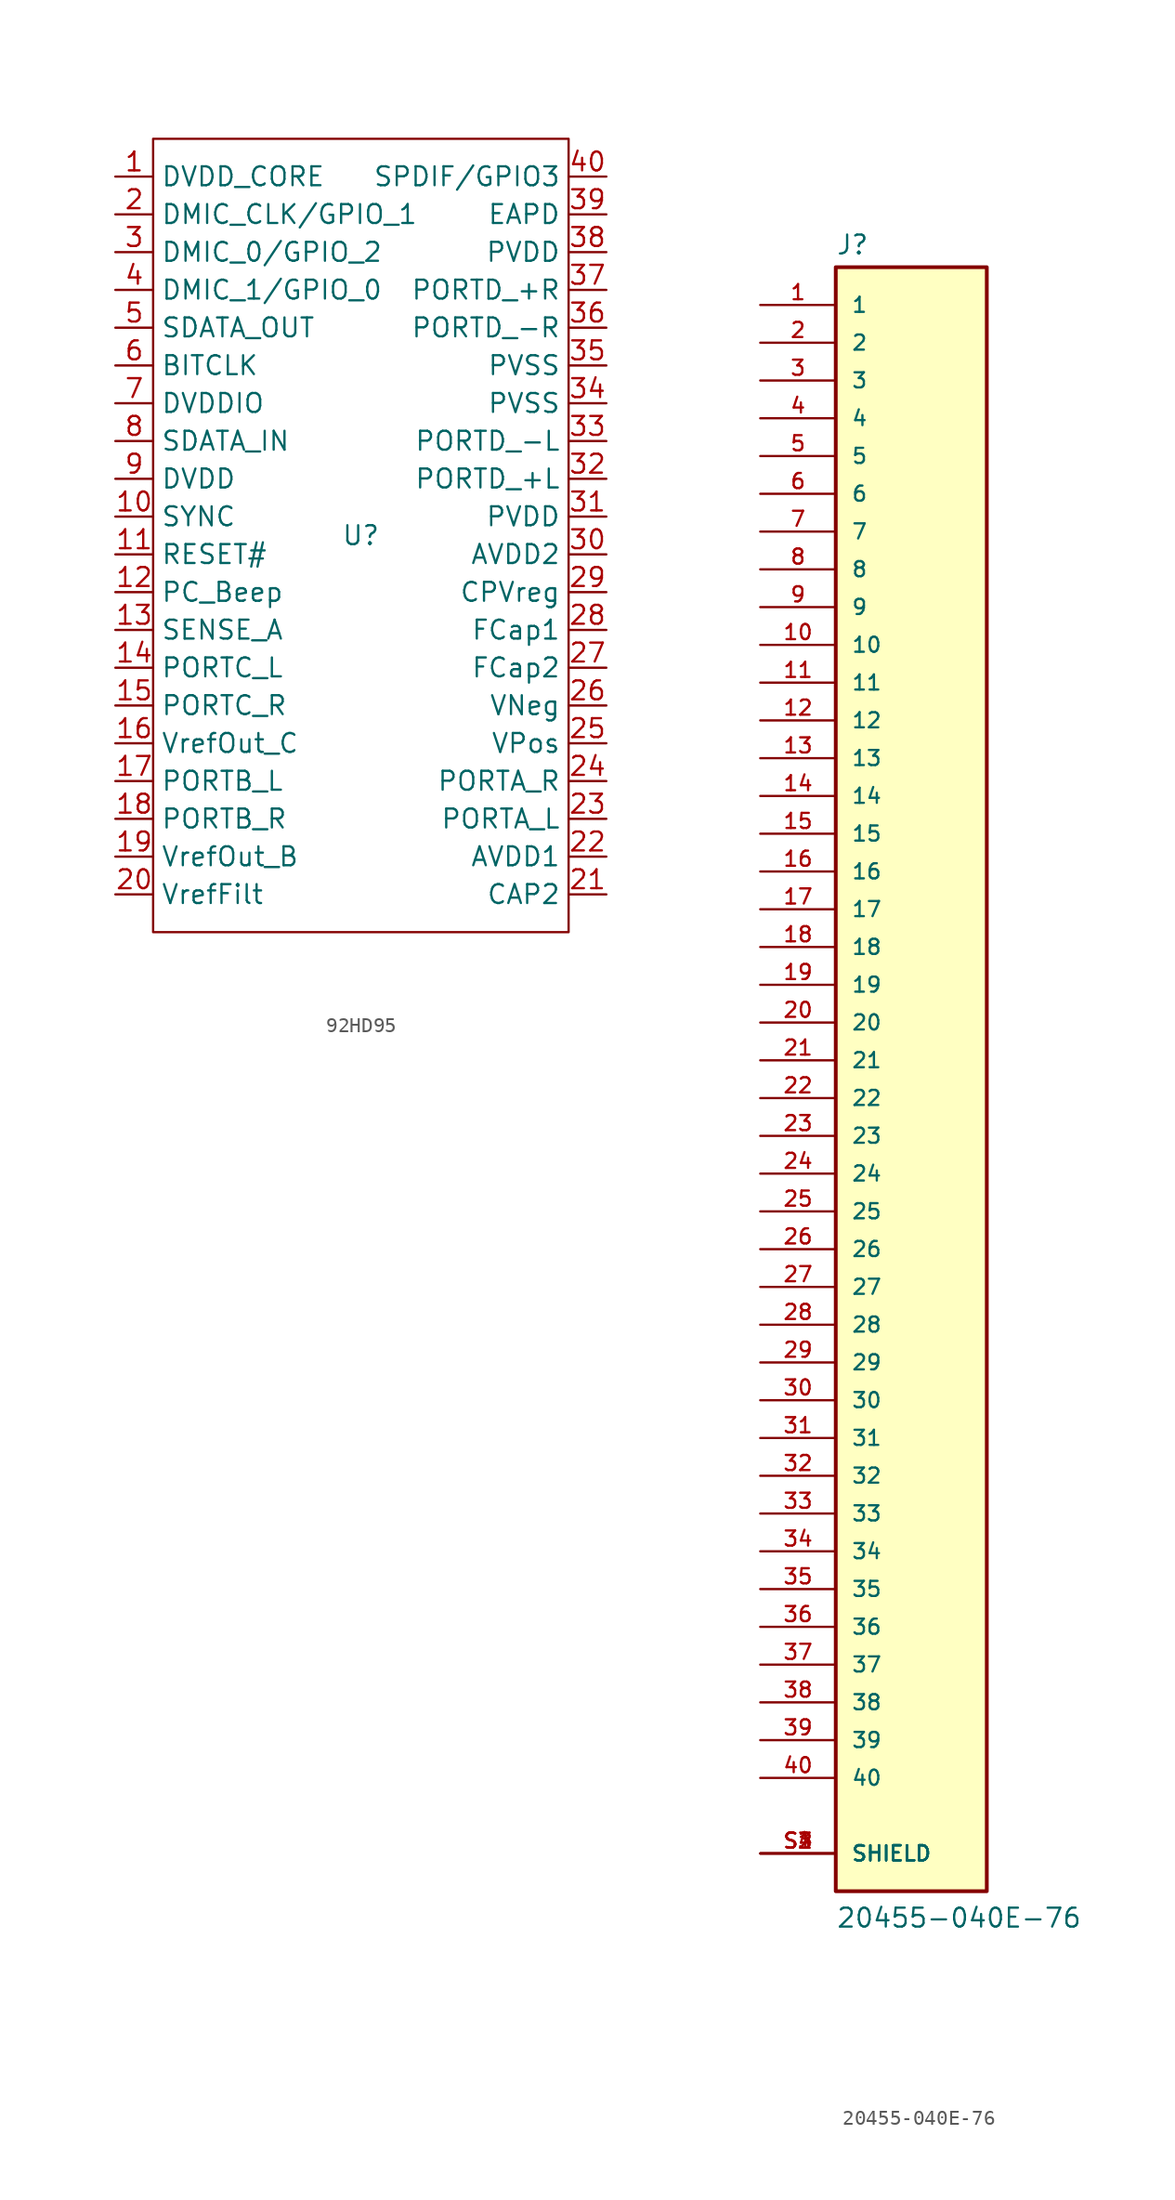
<source format=kicad_sym>
(kicad_symbol_lib
  (version 20231120)
  (generator "kicad_symbol_editor")
  (generator_version "8.0")
  (symbol "92HD95"
    (property "Reference" "U"
      (at 0 0 0)
      (effects (font (size 1.27 1.27))))
    (property "Value" ""
      (at -1.27 1.27 0)
      (effects (font (size 1.27 1.27))))
    (symbol "92HD95_0_1"
      (rectangle (start -13.97 26.67) (end 13.97 -26.67) (stroke (width 0) (type default)) (fill (type none))))
    (symbol "92HD95_1_1"
      (pin unspecified line (at -16.51 24.13 0) (length 2.54) (name "DVDD_CORE" (effects (font (size 1.27 1.27)))) (number "1" (effects (font (size 1.27 1.27)))))
      (pin unspecified line (at -16.51 1.27 0) (length 2.54) (name "SYNC" (effects (font (size 1.27 1.27)))) (number "10" (effects (font (size 1.27 1.27)))))
      (pin unspecified line (at -16.51 -1.27 0) (length 2.54) (name "RESET#" (effects (font (size 1.27 1.27)))) (number "11" (effects (font (size 1.27 1.27)))))
      (pin unspecified line (at -16.51 -3.81 0) (length 2.54) (name "PC_Beep" (effects (font (size 1.27 1.27)))) (number "12" (effects (font (size 1.27 1.27)))))
      (pin unspecified line (at -16.51 -6.35 0) (length 2.54) (name "SENSE_A" (effects (font (size 1.27 1.27)))) (number "13" (effects (font (size 1.27 1.27)))))
      (pin unspecified line (at -16.51 -8.89 0) (length 2.54) (name "PORTC_L" (effects (font (size 1.27 1.27)))) (number "14" (effects (font (size 1.27 1.27)))))
      (pin unspecified line (at -16.51 -11.43 0) (length 2.54) (name "PORTC_R" (effects (font (size 1.27 1.27)))) (number "15" (effects (font (size 1.27 1.27)))))
      (pin unspecified line (at -16.51 -13.97 0) (length 2.54) (name "VrefOut_C" (effects (font (size 1.27 1.27)))) (number "16" (effects (font (size 1.27 1.27)))))
      (pin unspecified line (at -16.51 -16.51 0) (length 2.54) (name "PORTB_L" (effects (font (size 1.27 1.27)))) (number "17" (effects (font (size 1.27 1.27)))))
      (pin unspecified line (at -16.51 -19.05 0) (length 2.54) (name "PORTB_R" (effects (font (size 1.27 1.27)))) (number "18" (effects (font (size 1.27 1.27)))))
      (pin unspecified line (at -16.51 -21.59 0) (length 2.54) (name "VrefOut_B" (effects (font (size 1.27 1.27)))) (number "19" (effects (font (size 1.27 1.27)))))
      (pin unspecified line (at -16.51 21.59 0) (length 2.54) (name "DMIC_CLK/GPIO_1" (effects (font (size 1.27 1.27)))) (number "2" (effects (font (size 1.27 1.27)))))
      (pin unspecified line (at -16.51 -24.13 0) (length 2.54) (name "VrefFilt" (effects (font (size 1.27 1.27)))) (number "20" (effects (font (size 1.27 1.27)))))
      (pin unspecified line (at 16.51 -24.13 180) (length 2.54) (name "CAP2" (effects (font (size 1.27 1.27)))) (number "21" (effects (font (size 1.27 1.27)))))
      (pin unspecified line (at 16.51 -21.59 180) (length 2.54) (name "AVDD1" (effects (font (size 1.27 1.27)))) (number "22" (effects (font (size 1.27 1.27)))))
      (pin unspecified line (at 16.51 -19.05 180) (length 2.54) (name "PORTA_L" (effects (font (size 1.27 1.27)))) (number "23" (effects (font (size 1.27 1.27)))))
      (pin unspecified line (at 16.51 -16.51 180) (length 2.54) (name "PORTA_R" (effects (font (size 1.27 1.27)))) (number "24" (effects (font (size 1.27 1.27)))))
      (pin unspecified line (at 16.51 -13.97 180) (length 2.54) (name "VPos" (effects (font (size 1.27 1.27)))) (number "25" (effects (font (size 1.27 1.27)))))
      (pin unspecified line (at 16.51 -11.43 180) (length 2.54) (name "VNeg" (effects (font (size 1.27 1.27)))) (number "26" (effects (font (size 1.27 1.27)))))
      (pin unspecified line (at 16.51 -8.89 180) (length 2.54) (name "FCap2" (effects (font (size 1.27 1.27)))) (number "27" (effects (font (size 1.27 1.27)))))
      (pin unspecified line (at 16.51 -6.35 180) (length 2.54) (name "FCap1" (effects (font (size 1.27 1.27)))) (number "28" (effects (font (size 1.27 1.27)))))
      (pin unspecified line (at 16.51 -3.81 180) (length 2.54) (name "CPVreg" (effects (font (size 1.27 1.27)))) (number "29" (effects (font (size 1.27 1.27)))))
      (pin unspecified line (at -16.51 19.05 0) (length 2.54) (name "DMIC_0/GPIO_2" (effects (font (size 1.27 1.27)))) (number "3" (effects (font (size 1.27 1.27)))))
      (pin unspecified line (at 16.51 -1.27 180) (length 2.54) (name "AVDD2" (effects (font (size 1.27 1.27)))) (number "30" (effects (font (size 1.27 1.27)))))
      (pin unspecified line (at 16.51 1.27 180) (length 2.54) (name "PVDD" (effects (font (size 1.27 1.27)))) (number "31" (effects (font (size 1.27 1.27)))))
      (pin unspecified line (at 16.51 3.81 180) (length 2.54) (name "PORTD_+L" (effects (font (size 1.27 1.27)))) (number "32" (effects (font (size 1.27 1.27)))))
      (pin unspecified line (at 16.51 6.35 180) (length 2.54) (name "PORTD_-L" (effects (font (size 1.27 1.27)))) (number "33" (effects (font (size 1.27 1.27)))))
      (pin unspecified line (at 16.51 8.89 180) (length 2.54) (name "PVSS" (effects (font (size 1.27 1.27)))) (number "34" (effects (font (size 1.27 1.27)))))
      (pin unspecified line (at 16.51 11.43 180) (length 2.54) (name "PVSS" (effects (font (size 1.27 1.27)))) (number "35" (effects (font (size 1.27 1.27)))))
      (pin unspecified line (at 16.51 13.97 180) (length 2.54) (name "PORTD_-R" (effects (font (size 1.27 1.27)))) (number "36" (effects (font (size 1.27 1.27)))))
      (pin unspecified line (at 16.51 16.51 180) (length 2.54) (name "PORTD_+R" (effects (font (size 1.27 1.27)))) (number "37" (effects (font (size 1.27 1.27)))))
      (pin unspecified line (at 16.51 19.05 180) (length 2.54) (name "PVDD" (effects (font (size 1.27 1.27)))) (number "38" (effects (font (size 1.27 1.27)))))
      (pin unspecified line (at 16.51 21.59 180) (length 2.54) (name "EAPD" (effects (font (size 1.27 1.27)))) (number "39" (effects (font (size 1.27 1.27)))))
      (pin unspecified line (at -16.51 16.51 0) (length 2.54) (name "DMIC_1/GPIO_0" (effects (font (size 1.27 1.27)))) (number "4" (effects (font (size 1.27 1.27)))))
      (pin unspecified line (at 16.51 24.13 180) (length 2.54) (name "SPDIF/GPIO3" (effects (font (size 1.27 1.27)))) (number "40" (effects (font (size 1.27 1.27)))))
      (pin unspecified line (at -16.51 13.97 0) (length 2.54) (name "SDATA_OUT" (effects (font (size 1.27 1.27)))) (number "5" (effects (font (size 1.27 1.27)))))
      (pin unspecified line (at -16.51 11.43 0) (length 2.54) (name "BITCLK" (effects (font (size 1.27 1.27)))) (number "6" (effects (font (size 1.27 1.27)))))
      (pin unspecified line (at -16.51 8.89 0) (length 2.54) (name "DVDDIO" (effects (font (size 1.27 1.27)))) (number "7" (effects (font (size 1.27 1.27)))))
      (pin unspecified line (at -16.51 6.35 0) (length 2.54) (name "SDATA_IN" (effects (font (size 1.27 1.27)))) (number "8" (effects (font (size 1.27 1.27)))))
      (pin unspecified line (at -16.51 3.81 0) (length 2.54) (name "DVDD" (effects (font (size 1.27 1.27)))) (number "9" (effects (font (size 1.27 1.27)))))))
  (symbol "20455-040E-76"
    (pin_names
      (offset 1.016))
    (property "Reference" "J"
      (at -5.08 54.102 0)
      (effects (font (size 1.27 1.27)) (justify left bottom)))
    (property "Value" "20455-040E-76"
      (at -5.08 -58.42 0)
      (effects (font (size 1.27 1.27)) (justify left bottom)))
    (symbol "20455-040E-76_0_0"
      (rectangle (start -5.08 -55.88) (end 5.08 53.34) (stroke (width 0.254) (type default)) (fill (type background)))
      (pin passive line (at -10.16 50.8 0) (length 5.08) (name "1" (effects (font (size 1.016 1.016)))) (number "1" (effects (font (size 1.016 1.016)))))
      (pin passive line (at -10.16 27.94 0) (length 5.08) (name "10" (effects (font (size 1.016 1.016)))) (number "10" (effects (font (size 1.016 1.016)))))
      (pin passive line (at -10.16 25.4 0) (length 5.08) (name "11" (effects (font (size 1.016 1.016)))) (number "11" (effects (font (size 1.016 1.016)))))
      (pin passive line (at -10.16 22.86 0) (length 5.08) (name "12" (effects (font (size 1.016 1.016)))) (number "12" (effects (font (size 1.016 1.016)))))
      (pin passive line (at -10.16 20.32 0) (length 5.08) (name "13" (effects (font (size 1.016 1.016)))) (number "13" (effects (font (size 1.016 1.016)))))
      (pin passive line (at -10.16 17.78 0) (length 5.08) (name "14" (effects (font (size 1.016 1.016)))) (number "14" (effects (font (size 1.016 1.016)))))
      (pin passive line (at -10.16 15.24 0) (length 5.08) (name "15" (effects (font (size 1.016 1.016)))) (number "15" (effects (font (size 1.016 1.016)))))
      (pin passive line (at -10.16 12.7 0) (length 5.08) (name "16" (effects (font (size 1.016 1.016)))) (number "16" (effects (font (size 1.016 1.016)))))
      (pin passive line (at -10.16 10.16 0) (length 5.08) (name "17" (effects (font (size 1.016 1.016)))) (number "17" (effects (font (size 1.016 1.016)))))
      (pin passive line (at -10.16 7.62 0) (length 5.08) (name "18" (effects (font (size 1.016 1.016)))) (number "18" (effects (font (size 1.016 1.016)))))
      (pin passive line (at -10.16 5.08 0) (length 5.08) (name "19" (effects (font (size 1.016 1.016)))) (number "19" (effects (font (size 1.016 1.016)))))
      (pin passive line (at -10.16 48.26 0) (length 5.08) (name "2" (effects (font (size 1.016 1.016)))) (number "2" (effects (font (size 1.016 1.016)))))
      (pin passive line (at -10.16 2.54 0) (length 5.08) (name "20" (effects (font (size 1.016 1.016)))) (number "20" (effects (font (size 1.016 1.016)))))
      (pin passive line (at -10.16 0 0) (length 5.08) (name "21" (effects (font (size 1.016 1.016)))) (number "21" (effects (font (size 1.016 1.016)))))
      (pin passive line (at -10.16 -2.54 0) (length 5.08) (name "22" (effects (font (size 1.016 1.016)))) (number "22" (effects (font (size 1.016 1.016)))))
      (pin passive line (at -10.16 -5.08 0) (length 5.08) (name "23" (effects (font (size 1.016 1.016)))) (number "23" (effects (font (size 1.016 1.016)))))
      (pin passive line (at -10.16 -7.62 0) (length 5.08) (name "24" (effects (font (size 1.016 1.016)))) (number "24" (effects (font (size 1.016 1.016)))))
      (pin passive line (at -10.16 -10.16 0) (length 5.08) (name "25" (effects (font (size 1.016 1.016)))) (number "25" (effects (font (size 1.016 1.016)))))
      (pin passive line (at -10.16 -12.7 0) (length 5.08) (name "26" (effects (font (size 1.016 1.016)))) (number "26" (effects (font (size 1.016 1.016)))))
      (pin passive line (at -10.16 -15.24 0) (length 5.08) (name "27" (effects (font (size 1.016 1.016)))) (number "27" (effects (font (size 1.016 1.016)))))
      (pin passive line (at -10.16 -17.78 0) (length 5.08) (name "28" (effects (font (size 1.016 1.016)))) (number "28" (effects (font (size 1.016 1.016)))))
      (pin passive line (at -10.16 -20.32 0) (length 5.08) (name "29" (effects (font (size 1.016 1.016)))) (number "29" (effects (font (size 1.016 1.016)))))
      (pin passive line (at -10.16 45.72 0) (length 5.08) (name "3" (effects (font (size 1.016 1.016)))) (number "3" (effects (font (size 1.016 1.016)))))
      (pin passive line (at -10.16 -22.86 0) (length 5.08) (name "30" (effects (font (size 1.016 1.016)))) (number "30" (effects (font (size 1.016 1.016)))))
      (pin passive line (at -10.16 -25.4 0) (length 5.08) (name "31" (effects (font (size 1.016 1.016)))) (number "31" (effects (font (size 1.016 1.016)))))
      (pin passive line (at -10.16 -27.94 0) (length 5.08) (name "32" (effects (font (size 1.016 1.016)))) (number "32" (effects (font (size 1.016 1.016)))))
      (pin passive line (at -10.16 -30.48 0) (length 5.08) (name "33" (effects (font (size 1.016 1.016)))) (number "33" (effects (font (size 1.016 1.016)))))
      (pin passive line (at -10.16 -33.02 0) (length 5.08) (name "34" (effects (font (size 1.016 1.016)))) (number "34" (effects (font (size 1.016 1.016)))))
      (pin passive line (at -10.16 -35.56 0) (length 5.08) (name "35" (effects (font (size 1.016 1.016)))) (number "35" (effects (font (size 1.016 1.016)))))
      (pin passive line (at -10.16 -38.1 0) (length 5.08) (name "36" (effects (font (size 1.016 1.016)))) (number "36" (effects (font (size 1.016 1.016)))))
      (pin passive line (at -10.16 -40.64 0) (length 5.08) (name "37" (effects (font (size 1.016 1.016)))) (number "37" (effects (font (size 1.016 1.016)))))
      (pin passive line (at -10.16 -43.18 0) (length 5.08) (name "38" (effects (font (size 1.016 1.016)))) (number "38" (effects (font (size 1.016 1.016)))))
      (pin passive line (at -10.16 -45.72 0) (length 5.08) (name "39" (effects (font (size 1.016 1.016)))) (number "39" (effects (font (size 1.016 1.016)))))
      (pin passive line (at -10.16 43.18 0) (length 5.08) (name "4" (effects (font (size 1.016 1.016)))) (number "4" (effects (font (size 1.016 1.016)))))
      (pin passive line (at -10.16 -48.26 0) (length 5.08) (name "40" (effects (font (size 1.016 1.016)))) (number "40" (effects (font (size 1.016 1.016)))))
      (pin passive line (at -10.16 40.64 0) (length 5.08) (name "5" (effects (font (size 1.016 1.016)))) (number "5" (effects (font (size 1.016 1.016)))))
      (pin passive line (at -10.16 38.1 0) (length 5.08) (name "6" (effects (font (size 1.016 1.016)))) (number "6" (effects (font (size 1.016 1.016)))))
      (pin passive line (at -10.16 35.56 0) (length 5.08) (name "7" (effects (font (size 1.016 1.016)))) (number "7" (effects (font (size 1.016 1.016)))))
      (pin passive line (at -10.16 33.02 0) (length 5.08) (name "8" (effects (font (size 1.016 1.016)))) (number "8" (effects (font (size 1.016 1.016)))))
      (pin passive line (at -10.16 30.48 0) (length 5.08) (name "9" (effects (font (size 1.016 1.016)))) (number "9" (effects (font (size 1.016 1.016)))))
      (pin passive line (at -10.16 -53.34 0) (length 5.08) (name "SHIELD" (effects (font (size 1.016 1.016)))) (number "S1" (effects (font (size 1.016 1.016)))))
      (pin passive line (at -10.16 -53.34 0) (length 5.08) (name "SHIELD" (effects (font (size 1.016 1.016)))) (number "S2" (effects (font (size 1.016 1.016)))))
      (pin passive line (at -10.16 -53.34 0) (length 5.08) (name "SHIELD" (effects (font (size 1.016 1.016)))) (number "S3" (effects (font (size 1.016 1.016)))))
      (pin passive line (at -10.16 -53.34 0) (length 5.08) (name "SHIELD" (effects (font (size 1.016 1.016)))) (number "S4" (effects (font (size 1.016 1.016))))))))
</source>
